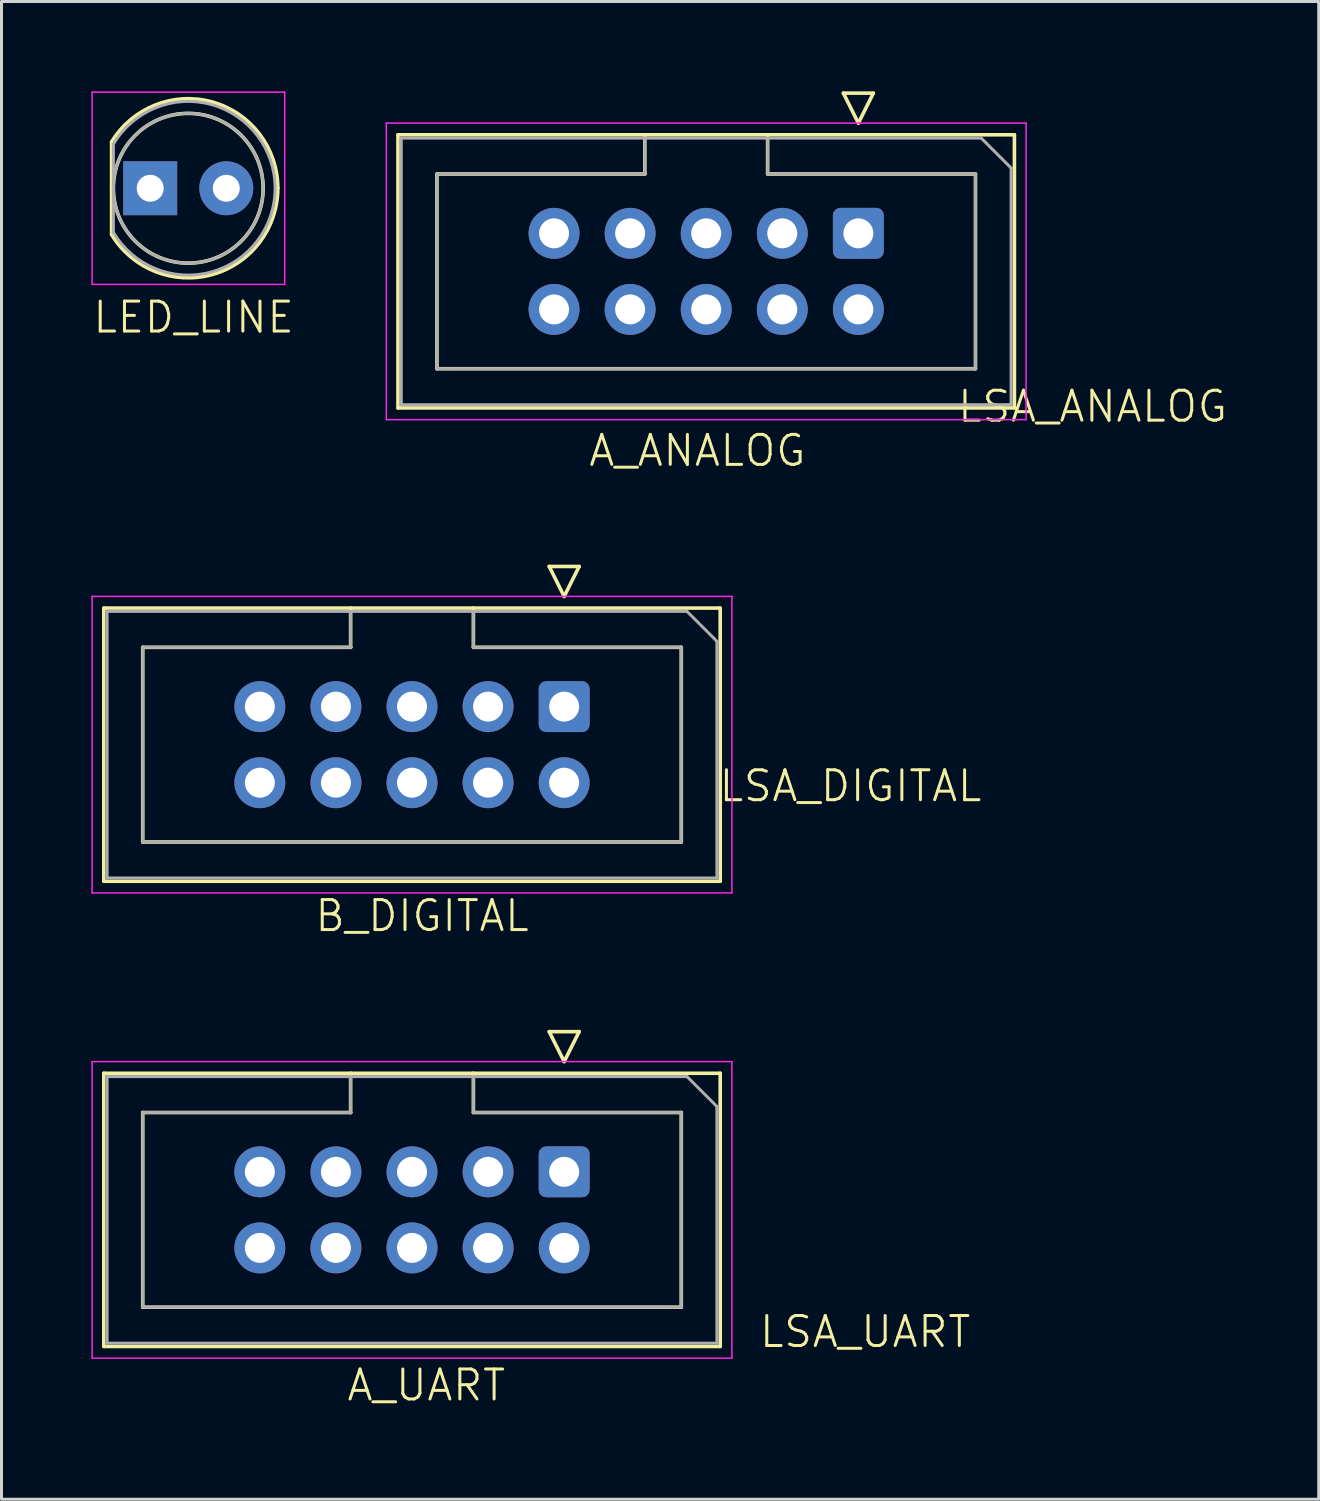
<source format=kicad_pcb>
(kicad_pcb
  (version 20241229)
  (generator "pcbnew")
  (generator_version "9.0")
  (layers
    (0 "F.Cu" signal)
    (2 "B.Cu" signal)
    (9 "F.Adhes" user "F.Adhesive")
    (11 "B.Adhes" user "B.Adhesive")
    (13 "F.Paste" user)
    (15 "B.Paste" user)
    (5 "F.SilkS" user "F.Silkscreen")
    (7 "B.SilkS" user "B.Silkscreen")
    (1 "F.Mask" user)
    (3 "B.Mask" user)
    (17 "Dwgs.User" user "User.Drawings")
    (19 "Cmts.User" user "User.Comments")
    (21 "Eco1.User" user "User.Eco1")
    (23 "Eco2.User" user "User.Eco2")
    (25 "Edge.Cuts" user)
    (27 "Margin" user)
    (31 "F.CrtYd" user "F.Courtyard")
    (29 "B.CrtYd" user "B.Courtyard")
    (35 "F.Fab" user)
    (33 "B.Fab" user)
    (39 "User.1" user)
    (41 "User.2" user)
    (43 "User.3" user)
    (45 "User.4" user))
  (footprint "LSA_DIGITAL"
    (layer "F.Cu")
    (at 25.345 23.691)
    (property "Reference" "LSA_DIGITAL" (at 0 -0.5 0) (unlocked yes) (layer "F.SilkS") (effects (font (size 1 1) (thickness 0.1))))
    (attr through_hole)
    (fp_line (start -24.93 -6.44) (end -4.35 -6.44) (stroke (width 0.12) (type solid)) (layer "F.SilkS"))
    (fp_line (start -24.93 2.68) (end -24.93 -6.44) (stroke (width 0.12) (type solid)) (layer "F.SilkS"))
    (fp_line (start -23.63 -5.13) (end -16.69 -5.13) (stroke (width 0.12) (type solid)) (layer "F.SilkS"))
    (fp_line (start -23.63 1.37) (end -23.63 -5.13) (stroke (width 0.12) (type solid)) (layer "F.SilkS"))
    (fp_line (start -16.69 -5.13) (end -16.69 -6.44) (stroke (width 0.12) (type solid)) (layer "F.SilkS"))
    (fp_line (start -16.69 -5.13) (end -16.69 -5.13) (stroke (width 0.12) (type solid)) (layer "F.SilkS"))
    (fp_line (start -12.59 -6.44) (end -12.59 -5.13) (stroke (width 0.12) (type solid)) (layer "F.SilkS"))
    (fp_line (start -12.59 -5.13) (end -5.65 -5.13) (stroke (width 0.12) (type solid)) (layer "F.SilkS"))
    (fp_line (start -10.06 -7.83) (end -9.56 -6.83) (stroke (width 0.12) (type solid)) (layer "F.SilkS"))
    (fp_line (start -9.56 -6.83) (end -9.06 -7.83) (stroke (width 0.12) (type solid)) (layer "F.SilkS"))
    (fp_line (start -9.06 -7.83) (end -10.06 -7.83) (stroke (width 0.12) (type solid)) (layer "F.SilkS"))
    (fp_line (start -5.65 -5.13) (end -5.65 1.37) (stroke (width 0.12) (type solid)) (layer "F.SilkS"))
    (fp_line (start -5.65 1.37) (end -23.63 1.37) (stroke (width 0.12) (type solid)) (layer "F.SilkS"))
    (fp_line (start -4.35 -6.44) (end -4.35 2.68) (stroke (width 0.12) (type solid)) (layer "F.SilkS"))
    (fp_line (start -4.35 2.68) (end -24.93 2.68) (stroke (width 0.12) (type solid)) (layer "F.SilkS"))
    (fp_line (start -25.32 -6.83) (end -25.32 3.07) (stroke (width 0.05) (type solid)) (layer "F.CrtYd"))
    (fp_line (start -25.32 3.07) (end -3.96 3.07) (stroke (width 0.05) (type solid)) (layer "F.CrtYd"))
    (fp_line (start -3.96 -6.83) (end -25.32 -6.83) (stroke (width 0.05) (type solid)) (layer "F.CrtYd"))
    (fp_line (start -3.96 3.07) (end -3.96 -6.83) (stroke (width 0.05) (type solid)) (layer "F.CrtYd"))
    (fp_line (start -24.82 -6.33) (end -5.46 -6.33) (stroke (width 0.1) (type solid)) (layer "F.Fab"))
    (fp_line (start -24.82 2.57) (end -24.82 -6.33) (stroke (width 0.1) (type solid)) (layer "F.Fab"))
    (fp_line (start -23.63 -5.13) (end -16.69 -5.13) (stroke (width 0.1) (type solid)) (layer "F.Fab"))
    (fp_line (start -23.63 1.37) (end -23.63 -5.13) (stroke (width 0.1) (type solid)) (layer "F.Fab"))
    (fp_line (start -16.69 -5.13) (end -16.69 -6.33) (stroke (width 0.1) (type solid)) (layer "F.Fab"))
    (fp_line (start -16.69 -5.13) (end -16.69 -5.13) (stroke (width 0.1) (type solid)) (layer "F.Fab"))
    (fp_line (start -12.59 -6.33) (end -12.59 -5.13) (stroke (width 0.1) (type solid)) (layer "F.Fab"))
    (fp_line (start -12.59 -5.13) (end -5.65 -5.13) (stroke (width 0.1) (type solid)) (layer "F.Fab"))
    (fp_line (start -5.65 -5.13) (end -5.65 1.37) (stroke (width 0.1) (type solid)) (layer "F.Fab"))
    (fp_line (start -5.65 1.37) (end -23.63 1.37) (stroke (width 0.1) (type solid)) (layer "F.Fab"))
    (fp_line (start -5.46 -6.33) (end -4.46 -5.33) (stroke (width 0.1) (type solid)) (layer "F.Fab"))
    (fp_line (start -4.46 -5.33) (end -4.46 2.57) (stroke (width 0.1) (type solid)) (layer "F.Fab"))
    (fp_line (start -4.46 2.57) (end -24.82 2.57) (stroke (width 0.1) (type solid)) (layer "F.Fab"))
    (fp_text user "B_DIGITAL" (at -17.94 4.42 0) (unlocked yes) (layer "F.SilkS") (effects (font (size 1 1) (thickness 0.1)) (justify left bottom)))
    (pad "1" thru_hole roundrect (at -9.56 -3.15 270) (size 1.7 1.7) (drill 1) (layers "*.Cu" "*.Mask") (roundrect_rratio 0.147))
    (pad "2" thru_hole circle (at -9.56 -0.61 270) (size 1.7 1.7) (drill 1) (layers "*.Cu" "*.Mask"))
    (pad "3" thru_hole circle (at -12.1 -3.15 270) (size 1.7 1.7) (drill 1) (layers "*.Cu" "*.Mask"))
    (pad "4" thru_hole circle (at -12.1 -0.61 270) (size 1.7 1.7) (drill 1) (layers "*.Cu" "*.Mask"))
    (pad "5" thru_hole circle (at -14.64 -3.15 270) (size 1.7 1.7) (drill 1) (layers "*.Cu" "*.Mask"))
    (pad "6" thru_hole circle (at -14.64 -0.61 270) (size 1.7 1.7) (drill 1) (layers "*.Cu" "*.Mask"))
    (pad "7" thru_hole circle (at -17.18 -3.15 270) (size 1.7 1.7) (drill 1) (layers "*.Cu" "*.Mask"))
    (pad "8" thru_hole circle (at -17.18 -0.61 270) (size 1.7 1.7) (drill 1) (layers "*.Cu" "*.Mask"))
    (pad "9" thru_hole circle (at -19.72 -3.15 270) (size 1.7 1.7) (drill 1) (layers "*.Cu" "*.Mask"))
    (pad "10" thru_hole circle (at -19.72 -0.61 270) (size 1.7 1.7) (drill 1) (layers "*.Cu" "*.Mask")))
  (footprint "LSA_ANALOG"
    (layer "F.Cu")
    (at 34.347 3.98)
    (property "Reference" "LSA_ANALOG" (at -0.92 6.54 0) (unlocked yes) (layer "F.SilkS") (effects (font (size 1 1) (thickness 0.1))))
    (attr through_hole)
    (fp_line (start -24.11 -2.53) (end -3.53 -2.53) (stroke (width 0.12) (type solid)) (layer "F.SilkS"))
    (fp_line (start -24.11 6.59) (end -24.11 -2.53) (stroke (width 0.12) (type solid)) (layer "F.SilkS"))
    (fp_line (start -22.81 -1.22) (end -15.87 -1.22) (stroke (width 0.12) (type solid)) (layer "F.SilkS"))
    (fp_line (start -22.81 5.28) (end -22.81 -1.22) (stroke (width 0.12) (type solid)) (layer "F.SilkS"))
    (fp_line (start -15.87 -1.22) (end -15.87 -2.53) (stroke (width 0.12) (type solid)) (layer "F.SilkS"))
    (fp_line (start -15.87 -1.22) (end -15.87 -1.22) (stroke (width 0.12) (type solid)) (layer "F.SilkS"))
    (fp_line (start -11.77 -2.53) (end -11.77 -1.22) (stroke (width 0.12) (type solid)) (layer "F.SilkS"))
    (fp_line (start -11.77 -1.22) (end -4.83 -1.22) (stroke (width 0.12) (type solid)) (layer "F.SilkS"))
    (fp_line (start -9.24 -3.92) (end -8.74 -2.92) (stroke (width 0.12) (type solid)) (layer "F.SilkS"))
    (fp_line (start -8.74 -2.92) (end -8.24 -3.92) (stroke (width 0.12) (type solid)) (layer "F.SilkS"))
    (fp_line (start -8.24 -3.92) (end -9.24 -3.92) (stroke (width 0.12) (type solid)) (layer "F.SilkS"))
    (fp_line (start -4.83 -1.22) (end -4.83 5.28) (stroke (width 0.12) (type solid)) (layer "F.SilkS"))
    (fp_line (start -4.83 5.28) (end -22.81 5.28) (stroke (width 0.12) (type solid)) (layer "F.SilkS"))
    (fp_line (start -3.53 -2.53) (end -3.53 6.59) (stroke (width 0.12) (type solid)) (layer "F.SilkS"))
    (fp_line (start -3.53 6.59) (end -24.11 6.59) (stroke (width 0.12) (type solid)) (layer "F.SilkS"))
    (fp_line (start -24.5 -2.92) (end -24.5 6.98) (stroke (width 0.05) (type solid)) (layer "F.CrtYd"))
    (fp_line (start -24.5 6.98) (end -3.14 6.98) (stroke (width 0.05) (type solid)) (layer "F.CrtYd"))
    (fp_line (start -3.14 -2.92) (end -24.5 -2.92) (stroke (width 0.05) (type solid)) (layer "F.CrtYd"))
    (fp_line (start -3.14 6.98) (end -3.14 -2.92) (stroke (width 0.05) (type solid)) (layer "F.CrtYd"))
    (fp_line (start -24 -2.42) (end -4.64 -2.42) (stroke (width 0.1) (type solid)) (layer "F.Fab"))
    (fp_line (start -24 6.48) (end -24 -2.42) (stroke (width 0.1) (type solid)) (layer "F.Fab"))
    (fp_line (start -22.81 -1.22) (end -15.87 -1.22) (stroke (width 0.1) (type solid)) (layer "F.Fab"))
    (fp_line (start -22.81 5.28) (end -22.81 -1.22) (stroke (width 0.1) (type solid)) (layer "F.Fab"))
    (fp_line (start -15.87 -1.22) (end -15.87 -2.42) (stroke (width 0.1) (type solid)) (layer "F.Fab"))
    (fp_line (start -15.87 -1.22) (end -15.87 -1.22) (stroke (width 0.1) (type solid)) (layer "F.Fab"))
    (fp_line (start -11.77 -2.42) (end -11.77 -1.22) (stroke (width 0.1) (type solid)) (layer "F.Fab"))
    (fp_line (start -11.77 -1.22) (end -4.83 -1.22) (stroke (width 0.1) (type solid)) (layer "F.Fab"))
    (fp_line (start -4.83 -1.22) (end -4.83 5.28) (stroke (width 0.1) (type solid)) (layer "F.Fab"))
    (fp_line (start -4.83 5.28) (end -22.81 5.28) (stroke (width 0.1) (type solid)) (layer "F.Fab"))
    (fp_line (start -4.64 -2.42) (end -3.64 -1.42) (stroke (width 0.1) (type solid)) (layer "F.Fab"))
    (fp_line (start -3.64 -1.42) (end -3.64 6.48) (stroke (width 0.1) (type solid)) (layer "F.Fab"))
    (fp_line (start -3.64 6.48) (end -24 6.48) (stroke (width 0.1) (type solid)) (layer "F.Fab"))
    (fp_text user "A_ANALOG" (at -17.8 8.6 0) (unlocked yes) (layer "F.SilkS") (effects (font (size 1 1) (thickness 0.1)) (justify left bottom)))
    (pad "1" thru_hole roundrect (at -8.74 0.76 270) (size 1.7 1.7) (drill 1) (layers "*.Cu" "*.Mask") (roundrect_rratio 0.147))
    (pad "2" thru_hole circle (at -8.74 3.3 270) (size 1.7 1.7) (drill 1) (layers "*.Cu" "*.Mask"))
    (pad "3" thru_hole circle (at -11.28 0.76 270) (size 1.7 1.7) (drill 1) (layers "*.Cu" "*.Mask"))
    (pad "4" thru_hole circle (at -11.28 3.3 270) (size 1.7 1.7) (drill 1) (layers "*.Cu" "*.Mask"))
    (pad "5" thru_hole circle (at -13.82 0.76 270) (size 1.7 1.7) (drill 1) (layers "*.Cu" "*.Mask"))
    (pad "6" thru_hole circle (at -13.82 3.3 270) (size 1.7 1.7) (drill 1) (layers "*.Cu" "*.Mask"))
    (pad "7" thru_hole circle (at -16.36 0.76 270) (size 1.7 1.7) (drill 1) (layers "*.Cu" "*.Mask"))
    (pad "8" thru_hole circle (at -16.36 3.3 270) (size 1.7 1.7) (drill 1) (layers "*.Cu" "*.Mask"))
    (pad "9" thru_hole circle (at -18.9 0.76 270) (size 1.7 1.7) (drill 1) (layers "*.Cu" "*.Mask"))
    (pad "10" thru_hole circle (at -18.9 3.3 270) (size 1.7 1.7) (drill 1) (layers "*.Cu" "*.Mask")))
  (footprint "LSA_UART"
    (layer "F.Cu")
    (at 22.985 42.162)
    (property "Reference" "LSA_UART" (at 2.85 -0.75 0) (unlocked yes) (layer "F.SilkS") (effects (font (size 1 1) (thickness 0.1))))
    (attr through_hole)
    (fp_line (start -22.57 -9.38) (end -1.99 -9.38) (stroke (width 0.12) (type solid)) (layer "F.SilkS"))
    (fp_line (start -22.57 -0.26) (end -22.57 -9.38) (stroke (width 0.12) (type solid)) (layer "F.SilkS"))
    (fp_line (start -21.27 -8.07) (end -14.33 -8.07) (stroke (width 0.12) (type solid)) (layer "F.SilkS"))
    (fp_line (start -21.27 -1.57) (end -21.27 -8.07) (stroke (width 0.12) (type solid)) (layer "F.SilkS"))
    (fp_line (start -14.33 -8.07) (end -14.33 -9.38) (stroke (width 0.12) (type solid)) (layer "F.SilkS"))
    (fp_line (start -14.33 -8.07) (end -14.33 -8.07) (stroke (width 0.12) (type solid)) (layer "F.SilkS"))
    (fp_line (start -10.23 -9.38) (end -10.23 -8.07) (stroke (width 0.12) (type solid)) (layer "F.SilkS"))
    (fp_line (start -10.23 -8.07) (end -3.29 -8.07) (stroke (width 0.12) (type solid)) (layer "F.SilkS"))
    (fp_line (start -7.7 -10.77) (end -7.2 -9.77) (stroke (width 0.12) (type solid)) (layer "F.SilkS"))
    (fp_line (start -7.2 -9.77) (end -6.7 -10.77) (stroke (width 0.12) (type solid)) (layer "F.SilkS"))
    (fp_line (start -6.7 -10.77) (end -7.7 -10.77) (stroke (width 0.12) (type solid)) (layer "F.SilkS"))
    (fp_line (start -3.29 -8.07) (end -3.29 -1.57) (stroke (width 0.12) (type solid)) (layer "F.SilkS"))
    (fp_line (start -3.29 -1.57) (end -21.27 -1.57) (stroke (width 0.12) (type solid)) (layer "F.SilkS"))
    (fp_line (start -1.99 -9.38) (end -1.99 -0.26) (stroke (width 0.12) (type solid)) (layer "F.SilkS"))
    (fp_line (start -1.99 -0.26) (end -22.57 -0.26) (stroke (width 0.12) (type solid)) (layer "F.SilkS"))
    (fp_line (start -22.96 -9.77) (end -22.96 0.13) (stroke (width 0.05) (type solid)) (layer "F.CrtYd"))
    (fp_line (start -22.96 0.13) (end -1.6 0.13) (stroke (width 0.05) (type solid)) (layer "F.CrtYd"))
    (fp_line (start -1.6 -9.77) (end -22.96 -9.77) (stroke (width 0.05) (type solid)) (layer "F.CrtYd"))
    (fp_line (start -1.6 0.13) (end -1.6 -9.77) (stroke (width 0.05) (type solid)) (layer "F.CrtYd"))
    (fp_line (start -22.46 -9.27) (end -3.1 -9.27) (stroke (width 0.1) (type solid)) (layer "F.Fab"))
    (fp_line (start -22.46 -0.37) (end -22.46 -9.27) (stroke (width 0.1) (type solid)) (layer "F.Fab"))
    (fp_line (start -21.27 -8.07) (end -14.33 -8.07) (stroke (width 0.1) (type solid)) (layer "F.Fab"))
    (fp_line (start -21.27 -1.57) (end -21.27 -8.07) (stroke (width 0.1) (type solid)) (layer "F.Fab"))
    (fp_line (start -14.33 -8.07) (end -14.33 -9.27) (stroke (width 0.1) (type solid)) (layer "F.Fab"))
    (fp_line (start -14.33 -8.07) (end -14.33 -8.07) (stroke (width 0.1) (type solid)) (layer "F.Fab"))
    (fp_line (start -10.23 -9.27) (end -10.23 -8.07) (stroke (width 0.1) (type solid)) (layer "F.Fab"))
    (fp_line (start -10.23 -8.07) (end -3.29 -8.07) (stroke (width 0.1) (type solid)) (layer "F.Fab"))
    (fp_line (start -3.29 -8.07) (end -3.29 -1.57) (stroke (width 0.1) (type solid)) (layer "F.Fab"))
    (fp_line (start -3.29 -1.57) (end -21.27 -1.57) (stroke (width 0.1) (type solid)) (layer "F.Fab"))
    (fp_line (start -3.1 -9.27) (end -2.1 -8.27) (stroke (width 0.1) (type solid)) (layer "F.Fab"))
    (fp_line (start -2.1 -8.27) (end -2.1 -0.37) (stroke (width 0.1) (type solid)) (layer "F.Fab"))
    (fp_line (start -2.1 -0.37) (end -22.46 -0.37) (stroke (width 0.1) (type solid)) (layer "F.Fab"))
    (fp_text user "A_UART" (at -14.51 1.62 0) (unlocked yes) (layer "F.SilkS") (effects (font (size 1 1) (thickness 0.1)) (justify left bottom)))
    (pad "1" thru_hole roundrect (at -7.2 -6.09 270) (size 1.7 1.7) (drill 1) (layers "*.Cu" "*.Mask") (roundrect_rratio 0.147))
    (pad "2" thru_hole circle (at -7.2 -3.55 270) (size 1.7 1.7) (drill 1) (layers "*.Cu" "*.Mask"))
    (pad "3" thru_hole circle (at -9.74 -6.09 270) (size 1.7 1.7) (drill 1) (layers "*.Cu" "*.Mask"))
    (pad "4" thru_hole circle (at -9.74 -3.55 270) (size 1.7 1.7) (drill 1) (layers "*.Cu" "*.Mask"))
    (pad "5" thru_hole circle (at -12.28 -6.09 270) (size 1.7 1.7) (drill 1) (layers "*.Cu" "*.Mask"))
    (pad "6" thru_hole circle (at -12.28 -3.55 270) (size 1.7 1.7) (drill 1) (layers "*.Cu" "*.Mask"))
    (pad "7" thru_hole circle (at -14.82 -6.09 270) (size 1.7 1.7) (drill 1) (layers "*.Cu" "*.Mask"))
    (pad "8" thru_hole circle (at -14.82 -3.55 270) (size 1.7 1.7) (drill 1) (layers "*.Cu" "*.Mask"))
    (pad "9" thru_hole circle (at -17.36 -6.09 270) (size 1.7 1.7) (drill 1) (layers "*.Cu" "*.Mask"))
    (pad "10" thru_hole circle (at -17.36 -3.55 270) (size 1.7 1.7) (drill 1) (layers "*.Cu" "*.Mask")))
  (footprint "LED_LINE"
    (layer "F.Cu")
    (at 3.415 8.045)
    (property "Reference" "LED_LINE" (at 0 -0.5 0) (unlocked yes) (layer "F.SilkS") (effects (font (size 1 1) (thickness 0.1))))
    (attr through_hole)
    (fp_line (start -2.74 -6.355) (end -2.74 -3.265) (stroke (width 0.12) (type solid)) (layer "F.SilkS"))
    (fp_arc (start -2.74 -6.35483) (mid 0.621756 -7.690501) (end 2.81 -4.810048) (stroke (width 0.12) (type solid)) (layer "F.SilkS"))
    (fp_arc (start 2.81 -4.809952) (mid 0.621756 -1.929499) (end -2.74 -3.26517) (stroke (width 0.12) (type solid)) (layer "F.SilkS"))
    (fp_circle (center -0.18 -4.81) (end 2.32 -4.81) (stroke (width 0.12) (type solid)) (fill no) (layer "F.SilkS"))
    (fp_line (start -3.39 -8.02) (end -3.39 -1.6) (stroke (width 0.05) (type solid)) (layer "F.CrtYd"))
    (fp_line (start -3.39 -1.6) (end 3.04 -1.6) (stroke (width 0.05) (type solid)) (layer "F.CrtYd"))
    (fp_line (start 3.04 -8.02) (end -3.39 -8.02) (stroke (width 0.05) (type solid)) (layer "F.CrtYd"))
    (fp_line (start 3.04 -1.6) (end 3.04 -8.02) (stroke (width 0.05) (type solid)) (layer "F.CrtYd"))
    (fp_line (start -2.68 -6.28) (end -2.68 -3.34) (stroke (width 0.1) (type solid)) (layer "F.Fab"))
    (fp_arc (start -2.68 -6.279694) (mid 2.72 -4.810045) (end -2.679954 -3.340228) (stroke (width 0.1) (type solid)) (layer "F.Fab"))
    (fp_circle (center -0.18 -4.81) (end 2.32 -4.81) (stroke (width 0.1) (type solid)) (fill no) (layer "F.Fab"))
    (pad "1" thru_hole rect (at -1.45 -4.81) (size 1.8 1.8) (drill 0.9) (layers "*.Cu" "*.Mask"))
    (pad "2" thru_hole circle (at 1.09 -4.81) (size 1.8 1.8) (drill 0.9) (layers "*.Cu" "*.Mask")))
  (gr_rect
    (start -3 -3)
    (end 40.977 47.003)
    (stroke (width 0.1) (type default))
    (fill no)
    (layer "Edge.Cuts")))
</source>
